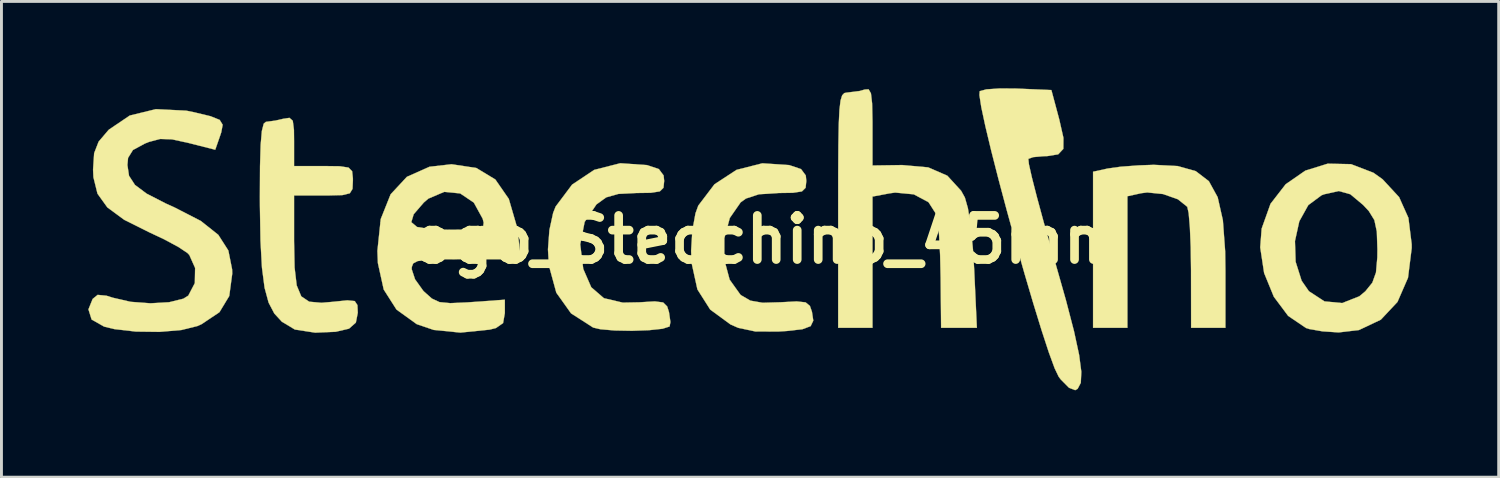
<source format=kicad_pcb>
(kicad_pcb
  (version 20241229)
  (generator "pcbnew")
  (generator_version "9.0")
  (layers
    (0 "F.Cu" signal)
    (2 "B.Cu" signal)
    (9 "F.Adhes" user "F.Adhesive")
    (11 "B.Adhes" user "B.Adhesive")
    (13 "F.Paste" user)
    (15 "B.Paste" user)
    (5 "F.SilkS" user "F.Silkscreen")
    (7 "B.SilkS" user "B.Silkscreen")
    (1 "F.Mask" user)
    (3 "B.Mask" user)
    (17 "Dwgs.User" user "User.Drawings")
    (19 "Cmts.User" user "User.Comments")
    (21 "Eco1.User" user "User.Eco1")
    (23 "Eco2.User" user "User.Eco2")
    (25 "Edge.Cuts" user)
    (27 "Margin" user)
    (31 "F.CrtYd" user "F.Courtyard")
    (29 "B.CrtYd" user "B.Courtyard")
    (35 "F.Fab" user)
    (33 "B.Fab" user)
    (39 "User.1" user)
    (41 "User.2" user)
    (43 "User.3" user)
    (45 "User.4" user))
  (footprint "Logo_Stecchino_45mm"
    (layer "F.Cu")
    (at 22.856 5.226)
    (property "Reference" "Logo_Stecchino_45mm" (at 0 0 0) (layer "F.SilkS") (effects (font (size 1.524 1.524) (thickness 0.3))))
    (attr through_hole)
    (fp_poly (pts (xy 14.774 -2.54) (xy 15.4 -2.364) (xy 15.853 -2.017) (xy 16.157 -1.464) (xy 16.337 -0.668) (xy 16.416 0.405) (xy 16.425 1.095) (xy 16.425 3.048) (xy 15.24 3.048) (xy 15.237 1.058) (xy 15.226 0.258) (xy 15.197 -0.425) (xy 15.155 -0.915) (xy 15.107 -1.132) (xy 14.782 -1.393) (xy 14.27 -1.573) (xy 13.724 -1.628) (xy 13.517 -1.602) (xy 13.039 -1.497) (xy 13.039 3.048) (xy 11.853 3.048) (xy 11.853 -2.344) (xy 12.357 -2.454) (xy 12.799 -2.516) (xy 13.426 -2.563) (xy 13.951 -2.582) (xy 14.774 -2.54)) (stroke (width 0.01) (type solid)) (fill yes) (layer "F.SilkS"))
    (fp_poly (pts (xy -3.556 -2.573) (xy -3.146 -2.435) (xy -2.982 -2.215) (xy -2.963 -2.025) (xy -2.987 -1.789) (xy -3.114 -1.665) (xy -3.425 -1.616) (xy -3.923 -1.609) (xy -4.549 -1.577) (xy -4.966 -1.458) (xy -5.303 -1.215) (xy -5.304 -1.213) (xy -5.71 -0.609) (xy -5.863 0.165) (xy -5.758 1.014) (xy -5.483 1.646) (xy -5.044 2.025) (xy -4.393 2.178) (xy -3.819 2.167) (xy -3.287 2.135) (xy -2.998 2.172) (xy -2.859 2.31) (xy -2.797 2.505) (xy -2.747 2.848) (xy -2.776 3.002) (xy -3.019 3.08) (xy -3.489 3.13) (xy -4.077 3.151) (xy -4.673 3.14) (xy -5.168 3.097) (xy -5.415 3.039) (xy -6.179 2.549) (xy -6.688 1.836) (xy -6.944 0.899) (xy -6.977 0.339) (xy -6.927 -0.331) (xy -6.798 -0.923) (xy -6.712 -1.141) (xy -6.142 -1.9) (xy -5.378 -2.408) (xy -4.479 -2.637) (xy -3.556 -2.573)) (stroke (width 0.01) (type solid)) (fill yes) (layer "F.SilkS"))
    (fp_poly (pts (xy 4.18 -5.051) (xy 4.22 -4.703) (xy 4.233 -4.088) (xy 4.233 -3.922) (xy 4.233 -2.559) (xy 5.261 -2.574) (xy 6.157 -2.494) (xy 6.818 -2.207) (xy 7.295 -1.686) (xy 7.425 -1.451) (xy 7.53 -1.08) (xy 7.627 -0.449) (xy 7.706 0.363) (xy 7.746 1.032) (xy 7.839 3.048) (xy 6.604 3.048) (xy 6.587 1.312) (xy 6.569 0.533) (xy 6.533 -0.159) (xy 6.485 -0.667) (xy 6.453 -0.847) (xy 6.169 -1.291) (xy 5.66 -1.563) (xy 5.016 -1.624) (xy 4.828 -1.598) (xy 4.233 -1.486) (xy 4.233 3.048) (xy 3.048 3.048) (xy 3.048 -1.016) (xy 3.049 -2.292) (xy 3.055 -3.268) (xy 3.068 -3.986) (xy 3.092 -4.484) (xy 3.13 -4.803) (xy 3.185 -4.982) (xy 3.26 -5.061) (xy 3.359 -5.08) (xy 3.373 -5.08) (xy 3.798 -5.134) (xy 3.965 -5.183) (xy 4.099 -5.191) (xy 4.18 -5.051)) (stroke (width 0.01) (type solid)) (fill yes) (layer "F.SilkS"))
    (fp_poly (pts (xy 1.355 -2.573) (xy 1.765 -2.435) (xy 1.929 -2.215) (xy 1.947 -2.025) (xy 1.923 -1.789) (xy 1.796 -1.664) (xy 1.483 -1.616) (xy 0.992 -1.609) (xy 0.311 -1.565) (xy -0.138 -1.418) (xy -0.322 -1.285) (xy -0.696 -0.746) (xy -0.884 -0.048) (xy -0.885 0.698) (xy -0.701 1.385) (xy -0.33 1.903) (xy -0.307 1.922) (xy 0.014 2.109) (xy 0.437 2.183) (xy 1.061 2.165) (xy 1.616 2.136) (xy 1.923 2.169) (xy 2.071 2.291) (xy 2.142 2.494) (xy 2.188 2.8) (xy 2.097 2.99) (xy 1.811 3.097) (xy 1.27 3.158) (xy 0.967 3.177) (xy 0.183 3.173) (xy -0.407 3.048) (xy -0.674 2.93) (xy -1.373 2.417) (xy -1.815 1.721) (xy -2.015 0.811) (xy -2.032 0.39) (xy -1.99 -0.31) (xy -1.881 -0.908) (xy -1.784 -1.174) (xy -1.224 -1.911) (xy -0.464 -2.408) (xy 0.43 -2.635) (xy 1.355 -2.573)) (stroke (width 0.01) (type solid)) (fill yes) (layer "F.SilkS"))
    (fp_poly (pts (xy 9.236 -5.216) (xy 9.245 -5.215) (xy 10.413 -5.165) (xy 10.685 -4.149) (xy 10.829 -3.514) (xy 10.826 -3.134) (xy 10.649 -2.945) (xy 10.272 -2.884) (xy 10.146 -2.881) (xy 9.783 -2.848) (xy 9.617 -2.788) (xy 9.636 -2.605) (xy 9.739 -2.148) (xy 9.914 -1.464) (xy 10.148 -0.602) (xy 10.429 0.388) (xy 10.527 0.726) (xy 10.915 2.092) (xy 11.195 3.168) (xy 11.371 3.984) (xy 11.447 4.567) (xy 11.429 4.948) (xy 11.32 5.155) (xy 11.236 5.202) (xy 11.022 5.119) (xy 10.737 4.832) (xy 10.665 4.737) (xy 10.525 4.444) (xy 10.323 3.892) (xy 10.074 3.131) (xy 9.79 2.209) (xy 9.485 1.176) (xy 9.174 0.083) (xy 8.869 -1.023) (xy 8.585 -2.09) (xy 8.335 -3.07) (xy 8.133 -3.914) (xy 7.992 -4.571) (xy 7.927 -4.993) (xy 7.937 -5.126) (xy 8.166 -5.189) (xy 8.632 -5.221) (xy 9.236 -5.216)) (stroke (width 0.01) (type solid)) (fill yes) (layer "F.SilkS"))
    (fp_poly (pts (xy -15.792 -4.103) (xy -15.752 -3.79) (xy -15.748 -3.406) (xy -15.748 -2.54) (xy -14.732 -2.54) (xy -14.17 -2.533) (xy -13.866 -2.487) (xy -13.742 -2.36) (xy -13.716 -2.114) (xy -13.716 -2.032) (xy -13.729 -1.751) (xy -13.822 -1.599) (xy -14.075 -1.537) (xy -14.567 -1.524) (xy -14.732 -1.524) (xy -15.748 -1.524) (xy -15.748 0.052) (xy -15.73 0.963) (xy -15.657 1.583) (xy -15.499 1.962) (xy -15.224 2.146) (xy -14.802 2.184) (xy -14.419 2.151) (xy -13.909 2.099) (xy -13.651 2.124) (xy -13.559 2.264) (xy -13.547 2.528) (xy -13.613 2.867) (xy -13.85 3.077) (xy -14.312 3.185) (xy -15.019 3.215) (xy -15.72 3.107) (xy -16.171 2.836) (xy -16.431 2.552) (xy -16.627 2.178) (xy -16.766 1.665) (xy -16.857 0.968) (xy -16.908 0.038) (xy -16.928 -1.172) (xy -16.929 -1.482) (xy -16.924 -2.528) (xy -16.902 -3.273) (xy -16.86 -3.752) (xy -16.796 -4.004) (xy -16.722 -4.066) (xy -16.395 -4.11) (xy -16.129 -4.171) (xy -15.906 -4.205) (xy -15.792 -4.103)) (stroke (width 0.01) (type solid)) (fill yes) (layer "F.SilkS"))
    (fp_poly (pts (xy 20.764 -2.605) (xy 21.54 -2.307) (xy 21.856 -2.081) (xy 22.425 -1.466) (xy 22.746 -0.75) (xy 22.859 0.159) (xy 22.86 0.291) (xy 22.732 1.319) (xy 22.368 2.155) (xy 21.793 2.767) (xy 21.036 3.125) (xy 20.337 3.207) (xy 19.782 3.17) (xy 19.32 3.09) (xy 19.21 3.055) (xy 18.592 2.636) (xy 18.097 1.974) (xy 17.762 1.156) (xy 17.627 0.269) (xy 17.644 0.051) (xy 18.827 0.051) (xy 18.85 0.766) (xy 19.057 1.421) (xy 19.309 1.784) (xy 19.846 2.135) (xy 20.458 2.193) (xy 21.05 1.96) (xy 21.259 1.786) (xy 21.5 1.489) (xy 21.626 1.138) (xy 21.672 0.615) (xy 21.675 0.333) (xy 21.655 -0.276) (xy 21.57 -0.674) (xy 21.379 -0.985) (xy 21.18 -1.198) (xy 20.74 -1.566) (xy 20.34 -1.677) (xy 19.84 -1.566) (xy 19.746 -1.531) (xy 19.288 -1.191) (xy 18.977 -0.632) (xy 18.827 0.051) (xy 17.644 0.051) (xy 17.677 -0.38) (xy 17.983 -1.236) (xy 18.507 -1.912) (xy 19.186 -2.382) (xy 19.959 -2.622) (xy 20.764 -2.605)) (stroke (width 0.01) (type solid)) (fill yes) (layer "F.SilkS"))
    (fp_poly (pts (xy -9.452 -2.473) (xy -8.795 -2.076) (xy -8.33 -1.405) (xy -8.053 -0.454) (xy -8.011 -0.16) (xy -7.911 0.677) (xy -9.798 0.677) (xy -10.618 0.681) (xy -11.159 0.699) (xy -11.477 0.742) (xy -11.632 0.821) (xy -11.681 0.946) (xy -11.684 1.024) (xy -11.569 1.372) (xy -11.289 1.764) (xy -11.247 1.807) (xy -10.987 2.038) (xy -10.724 2.16) (xy -10.352 2.196) (xy -9.766 2.17) (xy -9.638 2.161) (xy -8.467 2.077) (xy -8.467 2.541) (xy -8.528 2.885) (xy -8.778 3.057) (xy -8.996 3.111) (xy -10.002 3.213) (xy -10.924 3.121) (xy -11.511 2.921) (xy -12.209 2.418) (xy -12.651 1.725) (xy -12.852 0.813) (xy -12.869 0.392) (xy -12.765 -0.602) (xy -11.698 -0.602) (xy -11.499 -0.435) (xy -10.999 -0.355) (xy -10.403 -0.339) (xy -9.755 -0.344) (xy -9.381 -0.372) (xy -9.217 -0.445) (xy -9.198 -0.585) (xy -9.232 -0.72) (xy -9.538 -1.277) (xy -10.01 -1.595) (xy -10.562 -1.648) (xy -11.11 -1.415) (xy -11.268 -1.278) (xy -11.615 -0.876) (xy -11.698 -0.602) (xy -12.765 -0.602) (xy -12.754 -0.708) (xy -12.412 -1.564) (xy -11.85 -2.168) (xy -11.072 -2.515) (xy -10.307 -2.602) (xy -9.452 -2.473)) (stroke (width 0.01) (type solid)) (fill yes) (layer "F.SilkS"))
    (fp_poly (pts (xy -19.472 -4.453) (xy -19.218 -4.402) (xy -18.632 -4.261) (xy -18.317 -4.134) (xy -18.214 -3.966) (xy -18.263 -3.705) (xy -18.305 -3.58) (xy -18.471 -3.104) (xy -19.385 -3.336) (xy -19.965 -3.463) (xy -20.374 -3.476) (xy -20.76 -3.374) (xy -20.902 -3.317) (xy -21.313 -3.095) (xy -21.482 -2.824) (xy -21.505 -2.575) (xy -21.449 -2.203) (xy -21.244 -1.888) (xy -20.838 -1.585) (xy -20.18 -1.247) (xy -19.871 -1.107) (xy -18.97 -0.644) (xy -18.365 -0.164) (xy -18.018 0.378) (xy -17.888 1.029) (xy -17.884 1.179) (xy -17.987 1.949) (xy -18.325 2.508) (xy -18.943 2.922) (xy -19.087 2.987) (xy -19.642 3.124) (xy -20.394 3.188) (xy -21.21 3.178) (xy -21.957 3.092) (xy -22.31 3.006) (xy -22.741 2.762) (xy -22.851 2.411) (xy -22.706 2.051) (xy -22.533 1.91) (xy -22.229 1.939) (xy -22.006 2.009) (xy -21.394 2.15) (xy -20.709 2.201) (xy -20.063 2.164) (xy -19.571 2.042) (xy -19.401 1.935) (xy -19.176 1.503) (xy -19.166 0.98) (xy -19.367 0.53) (xy -19.431 0.464) (xy -19.739 0.258) (xy -20.243 -0.013) (xy -20.743 -0.248) (xy -21.615 -0.683) (xy -22.198 -1.112) (xy -22.538 -1.585) (xy -22.679 -2.154) (xy -22.691 -2.419) (xy -22.654 -2.984) (xy -22.499 -3.383) (xy -22.158 -3.784) (xy -22.14 -3.801) (xy -21.423 -4.285) (xy -20.521 -4.505) (xy -19.472 -4.453)) (stroke (width 0.01) (type solid)) (fill yes) (layer "F.SilkS")))
  (gr_rect
    (start -3 -3)
    (end 48.721 13.434)
    (stroke (width 0.1) (type default))
    (fill no)
    (layer "Edge.Cuts")))
</source>
